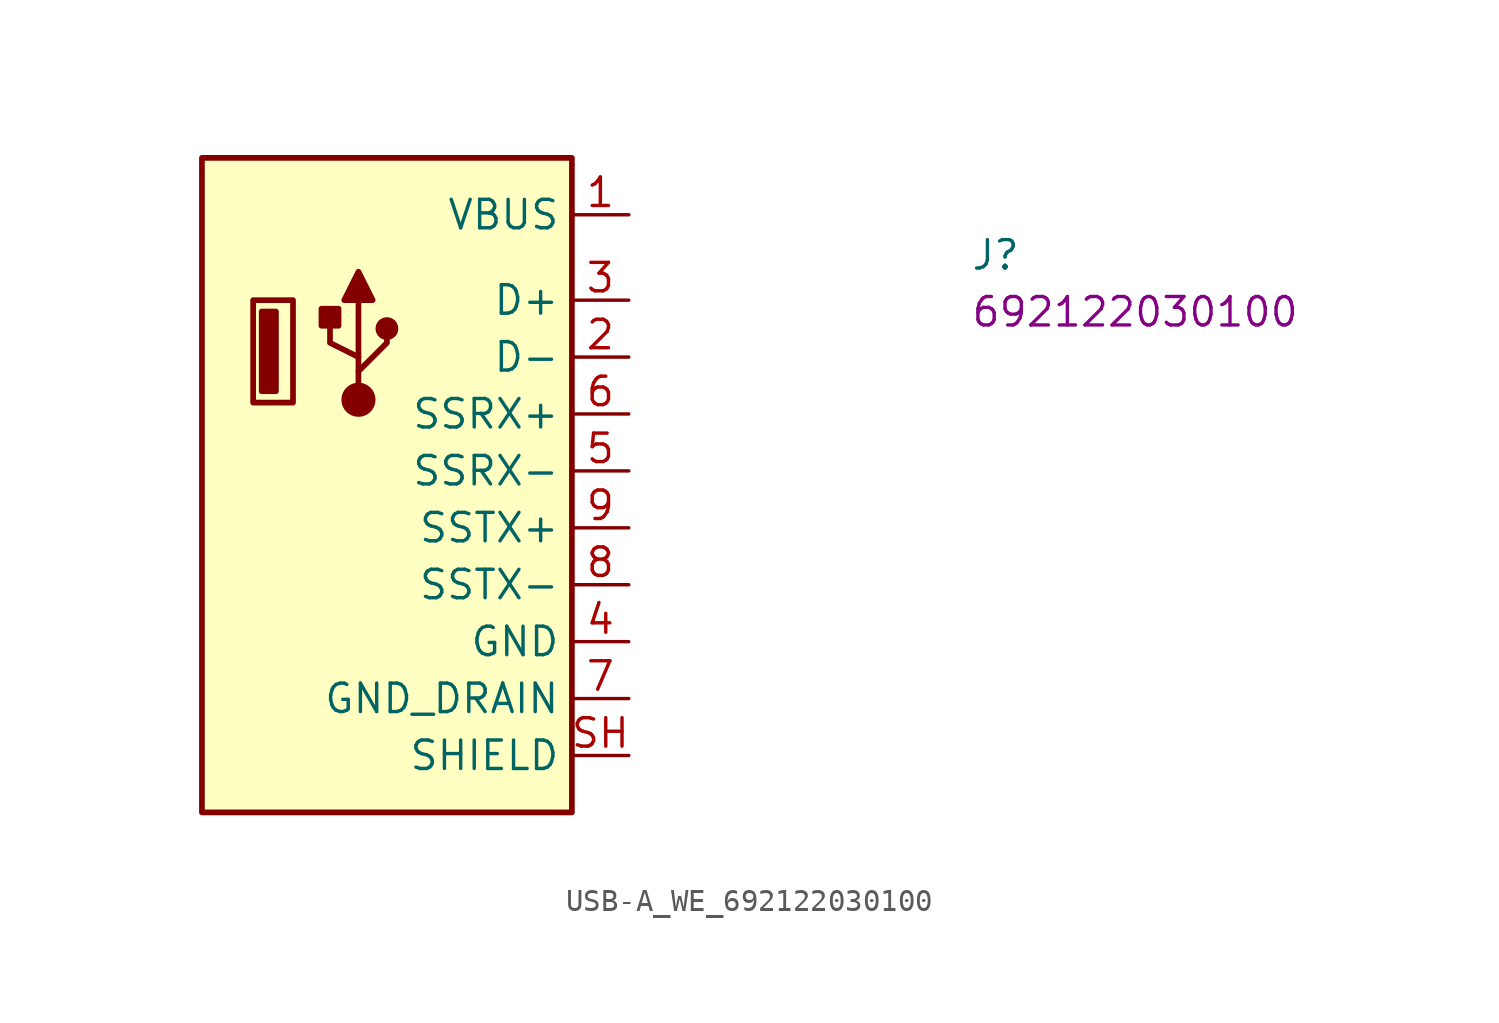
<source format=kicad_sym>
(kicad_symbol_lib
  (version 20220914)
  (generator kicad_symbol_editor)
  (symbol "USB-A_WE_692122030100"
    (property "Reference" "J"
      (at 15.24 -2.54 0)
      (effects (font (size 1.27 1.27) (thickness 0.15)) (justify left bottom)))
    (property "MPN" "692122030100"
      (at 15.24 -5.08 0)
      (effects (font (size 1.27 1.27) (thickness 0.15)) (justify left bottom)))
    (symbol "USB-A_WE_692122030100_1_1"
      (rectangle (start -19.05 2.54) (end -2.54 -26.67) (stroke (width 0.254) (type default)) (fill (type background)))
      (rectangle (start -16.764 -3.81) (end -14.986 -8.382) (stroke (width 0.254) (type default)) (fill (type background)))
      (rectangle (start -16.383 -4.318) (end -15.748 -7.874) (stroke (width 0.254) (type default)) (fill (type outline)))
      (rectangle (start -13.716 -4.191) (end -12.954 -4.953) (stroke (width 0.254) (type default)) (fill (type outline)))
      (circle (center -12.065 -8.255) (radius 0.635) (stroke (width 0.254) (type default)) (fill (type outline)))
      (circle (center -10.795 -5.08) (radius 0.381) (stroke (width 0.254) (type default)) (fill (type outline)))
      (polyline (pts (xy -12.065 -6.35) (xy -12.065 -3.81)) (stroke (width 0.254) (type default)) (fill (type background)))
      (polyline (pts (xy -12.065 -7.62) (xy -12.065 -6.985) (xy -10.795 -5.715) (xy -10.795 -5.08)) (stroke (width 0.254) (type default)) (fill (type background)))
      (polyline (pts (xy -12.065 -6.985) (xy -12.065 -6.35) (xy -13.335 -5.715) (xy -13.335 -4.445)) (stroke (width 0.254) (type default)) (fill (type background)))
      (polyline (pts (xy -11.43 -3.81) (xy -12.7 -3.81) (xy -12.065 -2.54) (xy -11.43 -3.81)) (stroke (width 0.254) (type default)) (fill (type outline)))
      (pin passive line (at 0 0 180) (length 2.54) (name "VBUS" (effects (font (size 1.27 1.27)))) (number "1" (effects (font (size 1.27 1.27)))))
      (pin bidirectional line (at 0 -6.35 180) (length 2.54) (name "D-" (effects (font (size 1.27 1.27)))) (number "2" (effects (font (size 1.27 1.27)))))
      (pin bidirectional line (at 0 -3.81 180) (length 2.54) (name "D+" (effects (font (size 1.27 1.27)))) (number "3" (effects (font (size 1.27 1.27)))))
      (pin power_in line (at 0 -19.05 180) (length 2.54) (name "GND" (effects (font (size 1.27 1.27)))) (number "4" (effects (font (size 1.27 1.27)))))
      (pin bidirectional line (at 0 -11.43 180) (length 2.54) (name "SSRX-" (effects (font (size 1.27 1.27)))) (number "5" (effects (font (size 1.27 1.27)))))
      (pin bidirectional line (at 0 -8.89 180) (length 2.54) (name "SSRX+" (effects (font (size 1.27 1.27)))) (number "6" (effects (font (size 1.27 1.27)))))
      (pin power_in line (at 0 -21.59 180) (length 2.54) (name "GND_DRAIN" (effects (font (size 1.27 1.27)))) (number "7" (effects (font (size 1.27 1.27)))))
      (pin bidirectional line (at 0 -16.51 180) (length 2.54) (name "SSTX-" (effects (font (size 1.27 1.27)))) (number "8" (effects (font (size 1.27 1.27)))))
      (pin bidirectional line (at 0 -13.97 180) (length 2.54) (name "SSTX+" (effects (font (size 1.27 1.27)))) (number "9" (effects (font (size 1.27 1.27)))))
      (pin passive line (at 0 -24.13 180) (length 2.54) (name "SHIELD" (effects (font (size 1.27 1.27)))) (number "SH" (effects (font (size 1.27 1.27))))))))
</source>
